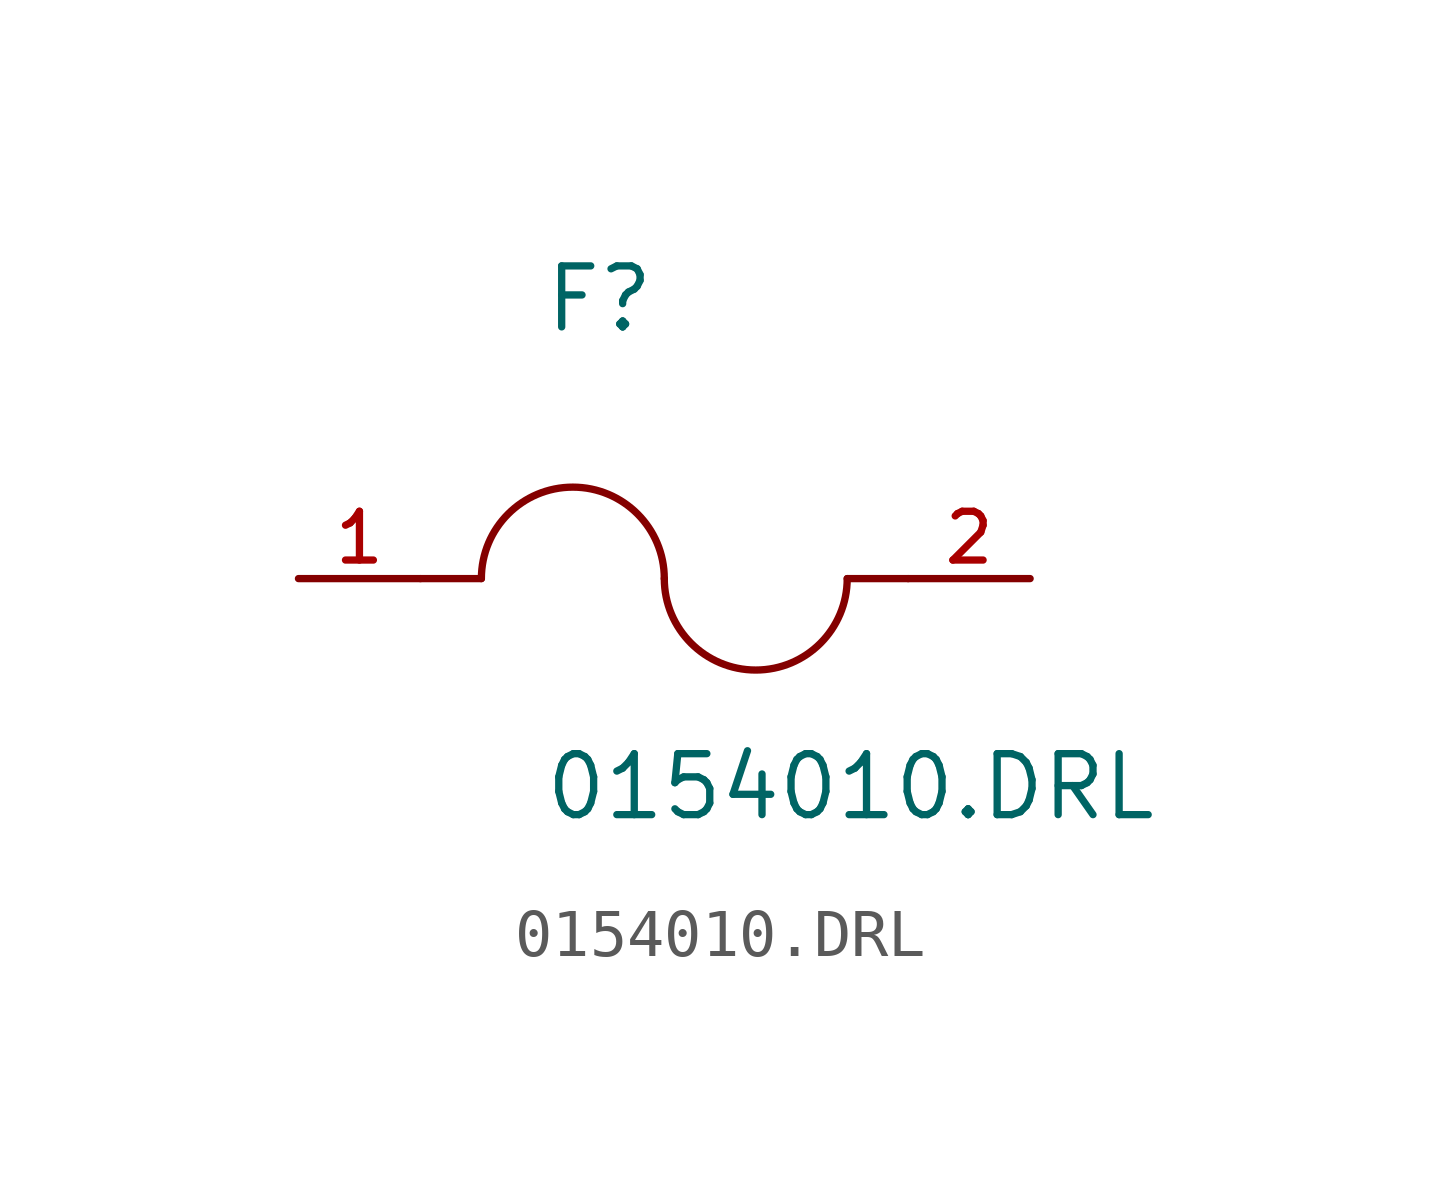
<source format=kicad_sym>
(kicad_symbol_lib
  (version 20211014)
  (generator kicad_symbol_editor)
  (symbol "0154010.DRL"
    (pin_names
      (offset 1.016))
    (property "Reference" "F"
      (at -2.54 5.08 0)
      (effects (font (size 1.27 1.27)) (justify bottom left)))
    (property "Value" "0154010.DRL"
      (at -2.54 -5.08 0)
      (effects (font (size 1.27 1.27)) (justify bottom left)))
    (symbol "0154010.DRL_0_0"
      (arc (start 0.0 0.0) (mid -1.905 1.905) (end -3.81 0.0) (stroke (width 0.1524) (type default) (color 0 0 0 0)) (fill (type none)))
      (arc (start 3.81 0.0) (mid 1.905 -1.905) (end 0.0 0.0) (stroke (width 0.1524) (type default) (color 0 0 0 0)) (fill (type none)))
      (polyline (pts (xy 5.08 0.0) (xy 3.81 0.0)) (stroke (width 0.152)))
      (polyline (pts (xy -5.08 0.0) (xy -3.81 0.0)) (stroke (width 0.152)))
      (pin passive line (at 7.62 0.0 180.0) (length 2.54) (name "~" (effects (font (size 1.016 1.016)))) (number "2" (effects (font (size 1.016 1.016)))))
      (pin passive line (at -7.62 0.0 0) (length 2.54) (name "~" (effects (font (size 1.016 1.016)))) (number "1" (effects (font (size 1.016 1.016))))))))
</source>
